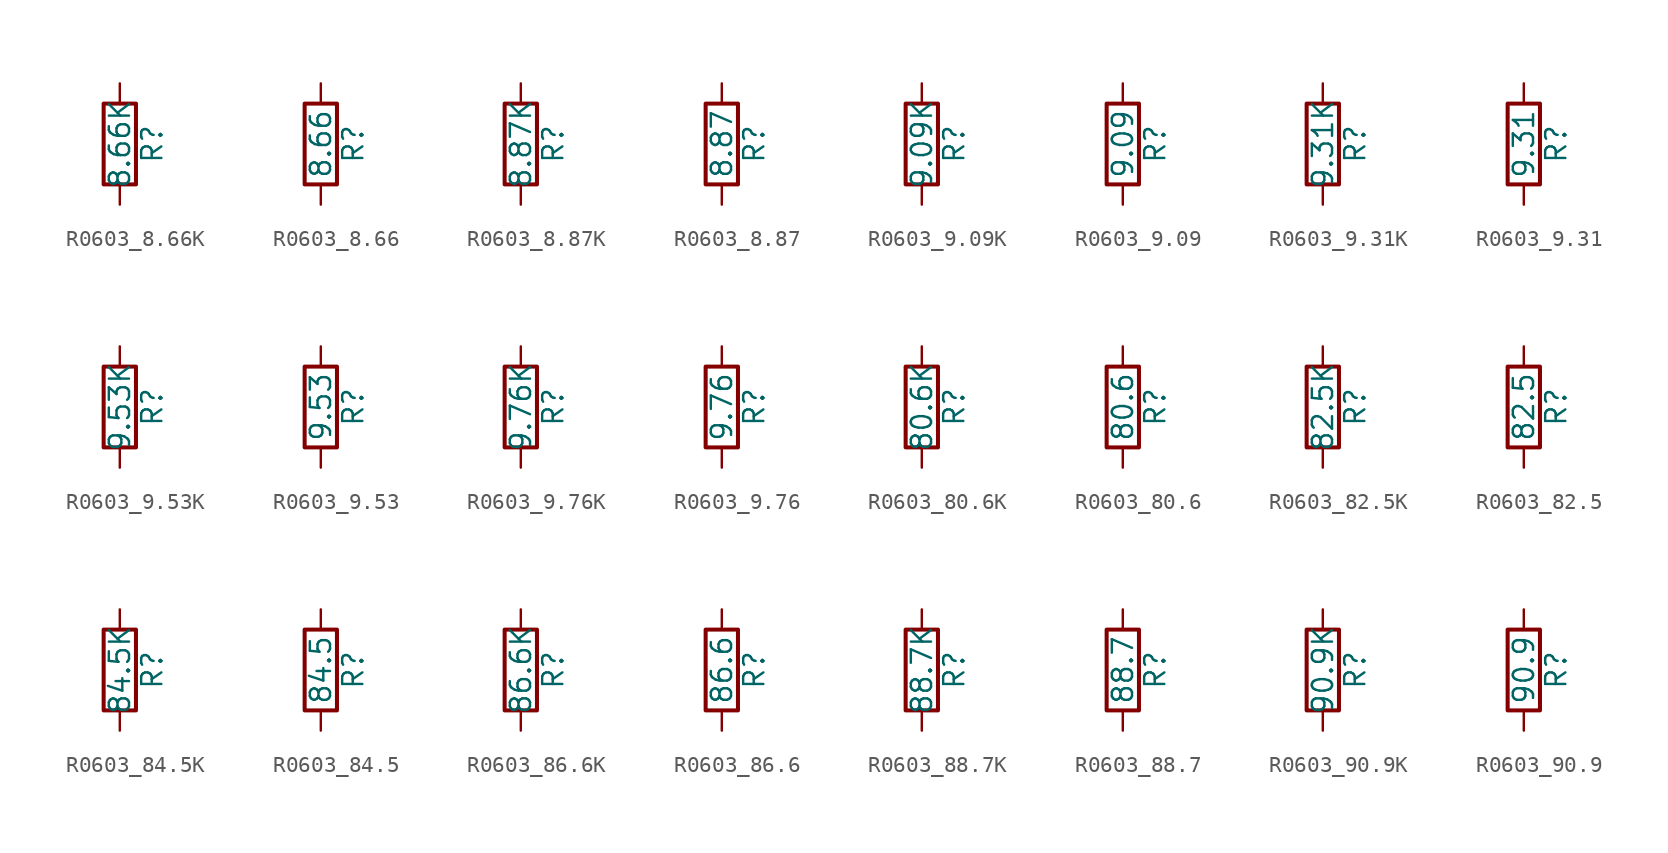
<source format=kicad_sym>
(kicad_symbol_lib
  (version 20211014)
  (generator atlantix-eda)
  (symbol "R0603_8.66K"
    (pin_numbers hide)
    (pin_names
      (offset 0))
    (property "Reference" "R"
      (at 2.032 0 90)
      (effects (font (size 1.27 1.27))))
    (property "Value" "8.66K"
      (at 0 0 90)
      (effects (font (size 1.27 1.27))))
    (symbol "R0603_8.66K_0_1"
      (rectangle (start -1.016 -2.54) (end 1.016 2.54) (stroke (width 0.254) (type default) (color 0 0 0 0)) (fill (type none))))
    (symbol "R0603_8.66K_1_1"
      (pin passive line (at 0 3.81 270) (length 1.27) (name "~" (effects (font (size 1.27 1.27)))) (number "1" (effects (font (size 1.27 1.27)))))
      (pin passive line (at 0 -3.81 90) (length 1.27) (name "~" (effects (font (size 1.27 1.27)))) (number "2" (effects (font (size 1.27 1.27)))))))
  (symbol "R0603_8.66"
    (pin_numbers hide)
    (pin_names
      (offset 0))
    (property "Reference" "R"
      (at 2.032 0 90)
      (effects (font (size 1.27 1.27))))
    (property "Value" "8.66"
      (at 0 0 90)
      (effects (font (size 1.27 1.27))))
    (symbol "R0603_8.66_0_1"
      (rectangle (start -1.016 -2.54) (end 1.016 2.54) (stroke (width 0.254) (type default) (color 0 0 0 0)) (fill (type none))))
    (symbol "R0603_8.66_1_1"
      (pin passive line (at 0 3.81 270) (length 1.27) (name "~" (effects (font (size 1.27 1.27)))) (number "1" (effects (font (size 1.27 1.27)))))
      (pin passive line (at 0 -3.81 90) (length 1.27) (name "~" (effects (font (size 1.27 1.27)))) (number "2" (effects (font (size 1.27 1.27)))))))
  (symbol "R0603_8.87K"
    (pin_numbers hide)
    (pin_names
      (offset 0))
    (property "Reference" "R"
      (at 2.032 0 90)
      (effects (font (size 1.27 1.27))))
    (property "Value" "8.87K"
      (at 0 0 90)
      (effects (font (size 1.27 1.27))))
    (symbol "R0603_8.87K_0_1"
      (rectangle (start -1.016 -2.54) (end 1.016 2.54) (stroke (width 0.254) (type default) (color 0 0 0 0)) (fill (type none))))
    (symbol "R0603_8.87K_1_1"
      (pin passive line (at 0 3.81 270) (length 1.27) (name "~" (effects (font (size 1.27 1.27)))) (number "1" (effects (font (size 1.27 1.27)))))
      (pin passive line (at 0 -3.81 90) (length 1.27) (name "~" (effects (font (size 1.27 1.27)))) (number "2" (effects (font (size 1.27 1.27)))))))
  (symbol "R0603_8.87"
    (pin_numbers hide)
    (pin_names
      (offset 0))
    (property "Reference" "R"
      (at 2.032 0 90)
      (effects (font (size 1.27 1.27))))
    (property "Value" "8.87"
      (at 0 0 90)
      (effects (font (size 1.27 1.27))))
    (symbol "R0603_8.87_0_1"
      (rectangle (start -1.016 -2.54) (end 1.016 2.54) (stroke (width 0.254) (type default) (color 0 0 0 0)) (fill (type none))))
    (symbol "R0603_8.87_1_1"
      (pin passive line (at 0 3.81 270) (length 1.27) (name "~" (effects (font (size 1.27 1.27)))) (number "1" (effects (font (size 1.27 1.27)))))
      (pin passive line (at 0 -3.81 90) (length 1.27) (name "~" (effects (font (size 1.27 1.27)))) (number "2" (effects (font (size 1.27 1.27)))))))
  (symbol "R0603_9.09K"
    (pin_numbers hide)
    (pin_names
      (offset 0))
    (property "Reference" "R"
      (at 2.032 0 90)
      (effects (font (size 1.27 1.27))))
    (property "Value" "9.09K"
      (at 0 0 90)
      (effects (font (size 1.27 1.27))))
    (symbol "R0603_9.09K_0_1"
      (rectangle (start -1.016 -2.54) (end 1.016 2.54) (stroke (width 0.254) (type default) (color 0 0 0 0)) (fill (type none))))
    (symbol "R0603_9.09K_1_1"
      (pin passive line (at 0 3.81 270) (length 1.27) (name "~" (effects (font (size 1.27 1.27)))) (number "1" (effects (font (size 1.27 1.27)))))
      (pin passive line (at 0 -3.81 90) (length 1.27) (name "~" (effects (font (size 1.27 1.27)))) (number "2" (effects (font (size 1.27 1.27)))))))
  (symbol "R0603_9.09"
    (pin_numbers hide)
    (pin_names
      (offset 0))
    (property "Reference" "R"
      (at 2.032 0 90)
      (effects (font (size 1.27 1.27))))
    (property "Value" "9.09"
      (at 0 0 90)
      (effects (font (size 1.27 1.27))))
    (symbol "R0603_9.09_0_1"
      (rectangle (start -1.016 -2.54) (end 1.016 2.54) (stroke (width 0.254) (type default) (color 0 0 0 0)) (fill (type none))))
    (symbol "R0603_9.09_1_1"
      (pin passive line (at 0 3.81 270) (length 1.27) (name "~" (effects (font (size 1.27 1.27)))) (number "1" (effects (font (size 1.27 1.27)))))
      (pin passive line (at 0 -3.81 90) (length 1.27) (name "~" (effects (font (size 1.27 1.27)))) (number "2" (effects (font (size 1.27 1.27)))))))
  (symbol "R0603_9.31K"
    (pin_numbers hide)
    (pin_names
      (offset 0))
    (property "Reference" "R"
      (at 2.032 0 90)
      (effects (font (size 1.27 1.27))))
    (property "Value" "9.31K"
      (at 0 0 90)
      (effects (font (size 1.27 1.27))))
    (symbol "R0603_9.31K_0_1"
      (rectangle (start -1.016 -2.54) (end 1.016 2.54) (stroke (width 0.254) (type default) (color 0 0 0 0)) (fill (type none))))
    (symbol "R0603_9.31K_1_1"
      (pin passive line (at 0 3.81 270) (length 1.27) (name "~" (effects (font (size 1.27 1.27)))) (number "1" (effects (font (size 1.27 1.27)))))
      (pin passive line (at 0 -3.81 90) (length 1.27) (name "~" (effects (font (size 1.27 1.27)))) (number "2" (effects (font (size 1.27 1.27)))))))
  (symbol "R0603_9.31"
    (pin_numbers hide)
    (pin_names
      (offset 0))
    (property "Reference" "R"
      (at 2.032 0 90)
      (effects (font (size 1.27 1.27))))
    (property "Value" "9.31"
      (at 0 0 90)
      (effects (font (size 1.27 1.27))))
    (symbol "R0603_9.31_0_1"
      (rectangle (start -1.016 -2.54) (end 1.016 2.54) (stroke (width 0.254) (type default) (color 0 0 0 0)) (fill (type none))))
    (symbol "R0603_9.31_1_1"
      (pin passive line (at 0 3.81 270) (length 1.27) (name "~" (effects (font (size 1.27 1.27)))) (number "1" (effects (font (size 1.27 1.27)))))
      (pin passive line (at 0 -3.81 90) (length 1.27) (name "~" (effects (font (size 1.27 1.27)))) (number "2" (effects (font (size 1.27 1.27)))))))
  (symbol "R0603_9.53K"
    (pin_numbers hide)
    (pin_names
      (offset 0))
    (property "Reference" "R"
      (at 2.032 0 90)
      (effects (font (size 1.27 1.27))))
    (property "Value" "9.53K"
      (at 0 0 90)
      (effects (font (size 1.27 1.27))))
    (symbol "R0603_9.53K_0_1"
      (rectangle (start -1.016 -2.54) (end 1.016 2.54) (stroke (width 0.254) (type default) (color 0 0 0 0)) (fill (type none))))
    (symbol "R0603_9.53K_1_1"
      (pin passive line (at 0 3.81 270) (length 1.27) (name "~" (effects (font (size 1.27 1.27)))) (number "1" (effects (font (size 1.27 1.27)))))
      (pin passive line (at 0 -3.81 90) (length 1.27) (name "~" (effects (font (size 1.27 1.27)))) (number "2" (effects (font (size 1.27 1.27)))))))
  (symbol "R0603_9.53"
    (pin_numbers hide)
    (pin_names
      (offset 0))
    (property "Reference" "R"
      (at 2.032 0 90)
      (effects (font (size 1.27 1.27))))
    (property "Value" "9.53"
      (at 0 0 90)
      (effects (font (size 1.27 1.27))))
    (symbol "R0603_9.53_0_1"
      (rectangle (start -1.016 -2.54) (end 1.016 2.54) (stroke (width 0.254) (type default) (color 0 0 0 0)) (fill (type none))))
    (symbol "R0603_9.53_1_1"
      (pin passive line (at 0 3.81 270) (length 1.27) (name "~" (effects (font (size 1.27 1.27)))) (number "1" (effects (font (size 1.27 1.27)))))
      (pin passive line (at 0 -3.81 90) (length 1.27) (name "~" (effects (font (size 1.27 1.27)))) (number "2" (effects (font (size 1.27 1.27)))))))
  (symbol "R0603_9.76K"
    (pin_numbers hide)
    (pin_names
      (offset 0))
    (property "Reference" "R"
      (at 2.032 0 90)
      (effects (font (size 1.27 1.27))))
    (property "Value" "9.76K"
      (at 0 0 90)
      (effects (font (size 1.27 1.27))))
    (symbol "R0603_9.76K_0_1"
      (rectangle (start -1.016 -2.54) (end 1.016 2.54) (stroke (width 0.254) (type default) (color 0 0 0 0)) (fill (type none))))
    (symbol "R0603_9.76K_1_1"
      (pin passive line (at 0 3.81 270) (length 1.27) (name "~" (effects (font (size 1.27 1.27)))) (number "1" (effects (font (size 1.27 1.27)))))
      (pin passive line (at 0 -3.81 90) (length 1.27) (name "~" (effects (font (size 1.27 1.27)))) (number "2" (effects (font (size 1.27 1.27)))))))
  (symbol "R0603_9.76"
    (pin_numbers hide)
    (pin_names
      (offset 0))
    (property "Reference" "R"
      (at 2.032 0 90)
      (effects (font (size 1.27 1.27))))
    (property "Value" "9.76"
      (at 0 0 90)
      (effects (font (size 1.27 1.27))))
    (symbol "R0603_9.76_0_1"
      (rectangle (start -1.016 -2.54) (end 1.016 2.54) (stroke (width 0.254) (type default) (color 0 0 0 0)) (fill (type none))))
    (symbol "R0603_9.76_1_1"
      (pin passive line (at 0 3.81 270) (length 1.27) (name "~" (effects (font (size 1.27 1.27)))) (number "1" (effects (font (size 1.27 1.27)))))
      (pin passive line (at 0 -3.81 90) (length 1.27) (name "~" (effects (font (size 1.27 1.27)))) (number "2" (effects (font (size 1.27 1.27)))))))
  (symbol "R0603_80.6K"
    (pin_numbers hide)
    (pin_names
      (offset 0))
    (property "Reference" "R"
      (at 2.032 0 90)
      (effects (font (size 1.27 1.27))))
    (property "Value" "80.6K"
      (at 0 0 90)
      (effects (font (size 1.27 1.27))))
    (symbol "R0603_80.6K_0_1"
      (rectangle (start -1.016 -2.54) (end 1.016 2.54) (stroke (width 0.254) (type default) (color 0 0 0 0)) (fill (type none))))
    (symbol "R0603_80.6K_1_1"
      (pin passive line (at 0 3.81 270) (length 1.27) (name "~" (effects (font (size 1.27 1.27)))) (number "1" (effects (font (size 1.27 1.27)))))
      (pin passive line (at 0 -3.81 90) (length 1.27) (name "~" (effects (font (size 1.27 1.27)))) (number "2" (effects (font (size 1.27 1.27)))))))
  (symbol "R0603_80.6"
    (pin_numbers hide)
    (pin_names
      (offset 0))
    (property "Reference" "R"
      (at 2.032 0 90)
      (effects (font (size 1.27 1.27))))
    (property "Value" "80.6"
      (at 0 0 90)
      (effects (font (size 1.27 1.27))))
    (symbol "R0603_80.6_0_1"
      (rectangle (start -1.016 -2.54) (end 1.016 2.54) (stroke (width 0.254) (type default) (color 0 0 0 0)) (fill (type none))))
    (symbol "R0603_80.6_1_1"
      (pin passive line (at 0 3.81 270) (length 1.27) (name "~" (effects (font (size 1.27 1.27)))) (number "1" (effects (font (size 1.27 1.27)))))
      (pin passive line (at 0 -3.81 90) (length 1.27) (name "~" (effects (font (size 1.27 1.27)))) (number "2" (effects (font (size 1.27 1.27)))))))
  (symbol "R0603_82.5K"
    (pin_numbers hide)
    (pin_names
      (offset 0))
    (property "Reference" "R"
      (at 2.032 0 90)
      (effects (font (size 1.27 1.27))))
    (property "Value" "82.5K"
      (at 0 0 90)
      (effects (font (size 1.27 1.27))))
    (symbol "R0603_82.5K_0_1"
      (rectangle (start -1.016 -2.54) (end 1.016 2.54) (stroke (width 0.254) (type default) (color 0 0 0 0)) (fill (type none))))
    (symbol "R0603_82.5K_1_1"
      (pin passive line (at 0 3.81 270) (length 1.27) (name "~" (effects (font (size 1.27 1.27)))) (number "1" (effects (font (size 1.27 1.27)))))
      (pin passive line (at 0 -3.81 90) (length 1.27) (name "~" (effects (font (size 1.27 1.27)))) (number "2" (effects (font (size 1.27 1.27)))))))
  (symbol "R0603_82.5"
    (pin_numbers hide)
    (pin_names
      (offset 0))
    (property "Reference" "R"
      (at 2.032 0 90)
      (effects (font (size 1.27 1.27))))
    (property "Value" "82.5"
      (at 0 0 90)
      (effects (font (size 1.27 1.27))))
    (symbol "R0603_82.5_0_1"
      (rectangle (start -1.016 -2.54) (end 1.016 2.54) (stroke (width 0.254) (type default) (color 0 0 0 0)) (fill (type none))))
    (symbol "R0603_82.5_1_1"
      (pin passive line (at 0 3.81 270) (length 1.27) (name "~" (effects (font (size 1.27 1.27)))) (number "1" (effects (font (size 1.27 1.27)))))
      (pin passive line (at 0 -3.81 90) (length 1.27) (name "~" (effects (font (size 1.27 1.27)))) (number "2" (effects (font (size 1.27 1.27)))))))
  (symbol "R0603_84.5K"
    (pin_numbers hide)
    (pin_names
      (offset 0))
    (property "Reference" "R"
      (at 2.032 0 90)
      (effects (font (size 1.27 1.27))))
    (property "Value" "84.5K"
      (at 0 0 90)
      (effects (font (size 1.27 1.27))))
    (symbol "R0603_84.5K_0_1"
      (rectangle (start -1.016 -2.54) (end 1.016 2.54) (stroke (width 0.254) (type default) (color 0 0 0 0)) (fill (type none))))
    (symbol "R0603_84.5K_1_1"
      (pin passive line (at 0 3.81 270) (length 1.27) (name "~" (effects (font (size 1.27 1.27)))) (number "1" (effects (font (size 1.27 1.27)))))
      (pin passive line (at 0 -3.81 90) (length 1.27) (name "~" (effects (font (size 1.27 1.27)))) (number "2" (effects (font (size 1.27 1.27)))))))
  (symbol "R0603_84.5"
    (pin_numbers hide)
    (pin_names
      (offset 0))
    (property "Reference" "R"
      (at 2.032 0 90)
      (effects (font (size 1.27 1.27))))
    (property "Value" "84.5"
      (at 0 0 90)
      (effects (font (size 1.27 1.27))))
    (symbol "R0603_84.5_0_1"
      (rectangle (start -1.016 -2.54) (end 1.016 2.54) (stroke (width 0.254) (type default) (color 0 0 0 0)) (fill (type none))))
    (symbol "R0603_84.5_1_1"
      (pin passive line (at 0 3.81 270) (length 1.27) (name "~" (effects (font (size 1.27 1.27)))) (number "1" (effects (font (size 1.27 1.27)))))
      (pin passive line (at 0 -3.81 90) (length 1.27) (name "~" (effects (font (size 1.27 1.27)))) (number "2" (effects (font (size 1.27 1.27)))))))
  (symbol "R0603_86.6K"
    (pin_numbers hide)
    (pin_names
      (offset 0))
    (property "Reference" "R"
      (at 2.032 0 90)
      (effects (font (size 1.27 1.27))))
    (property "Value" "86.6K"
      (at 0 0 90)
      (effects (font (size 1.27 1.27))))
    (symbol "R0603_86.6K_0_1"
      (rectangle (start -1.016 -2.54) (end 1.016 2.54) (stroke (width 0.254) (type default) (color 0 0 0 0)) (fill (type none))))
    (symbol "R0603_86.6K_1_1"
      (pin passive line (at 0 3.81 270) (length 1.27) (name "~" (effects (font (size 1.27 1.27)))) (number "1" (effects (font (size 1.27 1.27)))))
      (pin passive line (at 0 -3.81 90) (length 1.27) (name "~" (effects (font (size 1.27 1.27)))) (number "2" (effects (font (size 1.27 1.27)))))))
  (symbol "R0603_86.6"
    (pin_numbers hide)
    (pin_names
      (offset 0))
    (property "Reference" "R"
      (at 2.032 0 90)
      (effects (font (size 1.27 1.27))))
    (property "Value" "86.6"
      (at 0 0 90)
      (effects (font (size 1.27 1.27))))
    (symbol "R0603_86.6_0_1"
      (rectangle (start -1.016 -2.54) (end 1.016 2.54) (stroke (width 0.254) (type default) (color 0 0 0 0)) (fill (type none))))
    (symbol "R0603_86.6_1_1"
      (pin passive line (at 0 3.81 270) (length 1.27) (name "~" (effects (font (size 1.27 1.27)))) (number "1" (effects (font (size 1.27 1.27)))))
      (pin passive line (at 0 -3.81 90) (length 1.27) (name "~" (effects (font (size 1.27 1.27)))) (number "2" (effects (font (size 1.27 1.27)))))))
  (symbol "R0603_88.7K"
    (pin_numbers hide)
    (pin_names
      (offset 0))
    (property "Reference" "R"
      (at 2.032 0 90)
      (effects (font (size 1.27 1.27))))
    (property "Value" "88.7K"
      (at 0 0 90)
      (effects (font (size 1.27 1.27))))
    (symbol "R0603_88.7K_0_1"
      (rectangle (start -1.016 -2.54) (end 1.016 2.54) (stroke (width 0.254) (type default) (color 0 0 0 0)) (fill (type none))))
    (symbol "R0603_88.7K_1_1"
      (pin passive line (at 0 3.81 270) (length 1.27) (name "~" (effects (font (size 1.27 1.27)))) (number "1" (effects (font (size 1.27 1.27)))))
      (pin passive line (at 0 -3.81 90) (length 1.27) (name "~" (effects (font (size 1.27 1.27)))) (number "2" (effects (font (size 1.27 1.27)))))))
  (symbol "R0603_88.7"
    (pin_numbers hide)
    (pin_names
      (offset 0))
    (property "Reference" "R"
      (at 2.032 0 90)
      (effects (font (size 1.27 1.27))))
    (property "Value" "88.7"
      (at 0 0 90)
      (effects (font (size 1.27 1.27))))
    (symbol "R0603_88.7_0_1"
      (rectangle (start -1.016 -2.54) (end 1.016 2.54) (stroke (width 0.254) (type default) (color 0 0 0 0)) (fill (type none))))
    (symbol "R0603_88.7_1_1"
      (pin passive line (at 0 3.81 270) (length 1.27) (name "~" (effects (font (size 1.27 1.27)))) (number "1" (effects (font (size 1.27 1.27)))))
      (pin passive line (at 0 -3.81 90) (length 1.27) (name "~" (effects (font (size 1.27 1.27)))) (number "2" (effects (font (size 1.27 1.27)))))))
  (symbol "R0603_90.9K"
    (pin_numbers hide)
    (pin_names
      (offset 0))
    (property "Reference" "R"
      (at 2.032 0 90)
      (effects (font (size 1.27 1.27))))
    (property "Value" "90.9K"
      (at 0 0 90)
      (effects (font (size 1.27 1.27))))
    (symbol "R0603_90.9K_0_1"
      (rectangle (start -1.016 -2.54) (end 1.016 2.54) (stroke (width 0.254) (type default) (color 0 0 0 0)) (fill (type none))))
    (symbol "R0603_90.9K_1_1"
      (pin passive line (at 0 3.81 270) (length 1.27) (name "~" (effects (font (size 1.27 1.27)))) (number "1" (effects (font (size 1.27 1.27)))))
      (pin passive line (at 0 -3.81 90) (length 1.27) (name "~" (effects (font (size 1.27 1.27)))) (number "2" (effects (font (size 1.27 1.27)))))))
  (symbol "R0603_90.9"
    (pin_numbers hide)
    (pin_names
      (offset 0))
    (property "Reference" "R"
      (at 2.032 0 90)
      (effects (font (size 1.27 1.27))))
    (property "Value" "90.9"
      (at 0 0 90)
      (effects (font (size 1.27 1.27))))
    (symbol "R0603_90.9_0_1"
      (rectangle (start -1.016 -2.54) (end 1.016 2.54) (stroke (width 0.254) (type default) (color 0 0 0 0)) (fill (type none))))
    (symbol "R0603_90.9_1_1"
      (pin passive line (at 0 3.81 270) (length 1.27) (name "~" (effects (font (size 1.27 1.27)))) (number "1" (effects (font (size 1.27 1.27)))))
      (pin passive line (at 0 -3.81 90) (length 1.27) (name "~" (effects (font (size 1.27 1.27)))) (number "2" (effects (font (size 1.27 1.27))))))))
</source>
